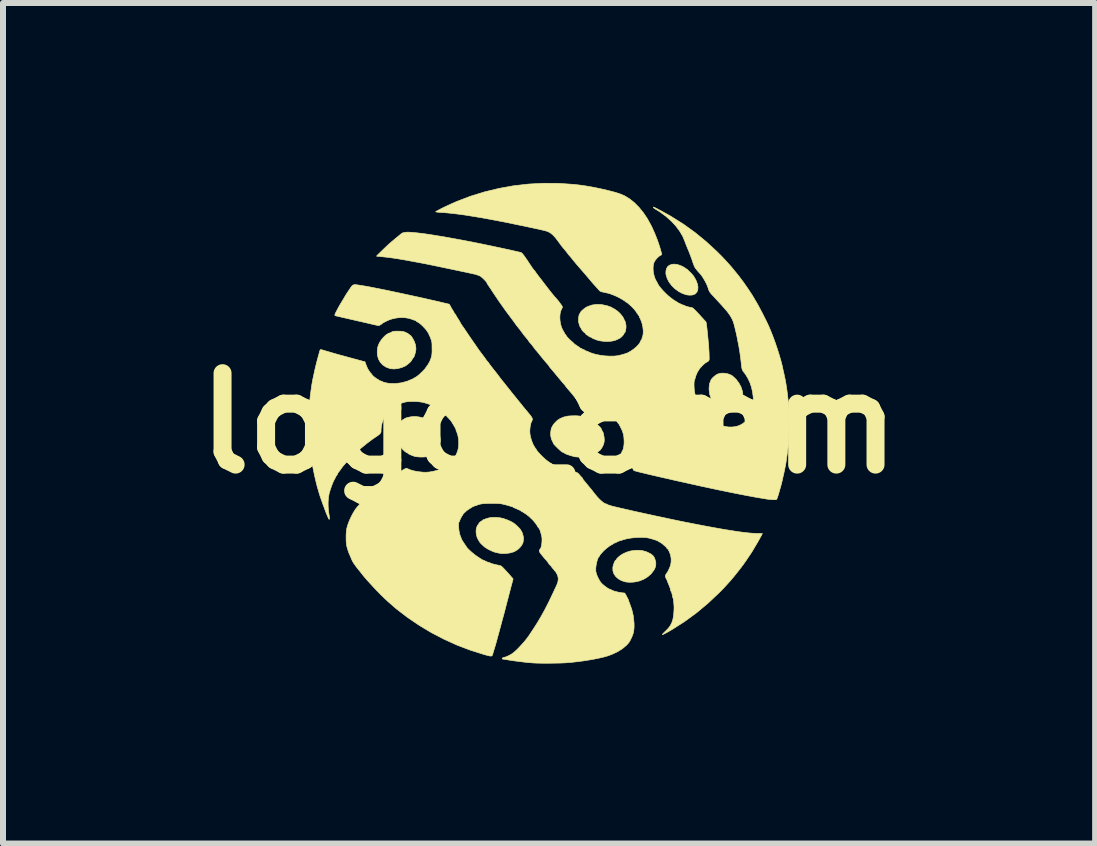
<source format=kicad_pcb>
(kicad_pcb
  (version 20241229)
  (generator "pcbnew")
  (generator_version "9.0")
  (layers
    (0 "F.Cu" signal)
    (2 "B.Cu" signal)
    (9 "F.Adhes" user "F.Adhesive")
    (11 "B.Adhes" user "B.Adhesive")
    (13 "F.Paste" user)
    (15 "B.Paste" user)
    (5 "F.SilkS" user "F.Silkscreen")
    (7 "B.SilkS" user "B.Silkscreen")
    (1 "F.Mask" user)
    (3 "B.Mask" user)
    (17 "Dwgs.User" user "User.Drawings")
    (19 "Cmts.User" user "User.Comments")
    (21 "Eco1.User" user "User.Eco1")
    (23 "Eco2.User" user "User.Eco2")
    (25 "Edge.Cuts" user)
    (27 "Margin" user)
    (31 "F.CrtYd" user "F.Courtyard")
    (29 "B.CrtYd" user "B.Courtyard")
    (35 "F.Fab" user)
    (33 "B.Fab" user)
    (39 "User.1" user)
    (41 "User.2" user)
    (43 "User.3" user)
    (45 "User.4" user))
  (footprint "logo_8mm"
    (layer "F.Cu")
    (at 6.103 4.006)
    (property "Reference" "logo_8mm" (at 0 0 0) (layer "F.SilkS") (effects (font (size 1.524 1.524) (thickness 0.3))))
    (attr through_hole)
    (fp_poly (pts (xy 2.143 -2.645) (xy 2.175 -2.635) (xy 2.207 -2.622) (xy 2.236 -2.608) (xy 2.257 -2.596) (xy 2.259 -2.594) (xy 2.275 -2.582) (xy 2.287 -2.575) (xy 2.288 -2.575) (xy 2.296 -2.57) (xy 2.313 -2.556) (xy 2.334 -2.535) (xy 2.358 -2.512) (xy 2.381 -2.488) (xy 2.4 -2.466) (xy 2.402 -2.463) (xy 2.417 -2.442) (xy 2.434 -2.413) (xy 2.451 -2.381) (xy 2.453 -2.376) (xy 2.474 -2.322) (xy 2.483 -2.271) (xy 2.48 -2.226) (xy 2.466 -2.188) (xy 2.441 -2.16) (xy 2.425 -2.15) (xy 2.389 -2.138) (xy 2.344 -2.135) (xy 2.297 -2.14) (xy 2.288 -2.142) (xy 2.22 -2.165) (xy 2.156 -2.2) (xy 2.096 -2.244) (xy 2.044 -2.296) (xy 2.001 -2.353) (xy 1.97 -2.413) (xy 1.951 -2.474) (xy 1.948 -2.493) (xy 1.949 -2.54) (xy 1.96 -2.581) (xy 1.98 -2.614) (xy 2.007 -2.634) (xy 2.05 -2.65) (xy 2.095 -2.653) (xy 2.143 -2.645)) (stroke (width 0.01) (type solid)) (fill yes) (layer "F.SilkS"))
    (fp_poly (pts (xy 2.927 -0.834) (xy 2.982 -0.824) (xy 3.032 -0.804) (xy 3.06 -0.787) (xy 3.118 -0.733) (xy 3.165 -0.671) (xy 3.201 -0.604) (xy 3.224 -0.532) (xy 3.234 -0.459) (xy 3.23 -0.386) (xy 3.216 -0.33) (xy 3.206 -0.304) (xy 3.194 -0.281) (xy 3.188 -0.274) (xy 3.179 -0.261) (xy 3.178 -0.253) (xy 3.175 -0.248) (xy 3.166 -0.243) (xy 3.153 -0.236) (xy 3.149 -0.231) (xy 3.143 -0.224) (xy 3.126 -0.213) (xy 3.111 -0.206) (xy 3.084 -0.197) (xy 3.049 -0.19) (xy 3.012 -0.185) (xy 2.978 -0.184) (xy 2.953 -0.187) (xy 2.95 -0.188) (xy 2.899 -0.208) (xy 2.859 -0.23) (xy 2.822 -0.257) (xy 2.799 -0.279) (xy 2.743 -0.343) (xy 2.703 -0.41) (xy 2.678 -0.483) (xy 2.668 -0.559) (xy 2.668 -0.578) (xy 2.67 -0.613) (xy 2.674 -0.644) (xy 2.679 -0.669) (xy 2.685 -0.683) (xy 2.689 -0.686) (xy 2.693 -0.691) (xy 2.693 -0.696) (xy 2.695 -0.712) (xy 2.707 -0.734) (xy 2.728 -0.758) (xy 2.755 -0.783) (xy 2.784 -0.805) (xy 2.814 -0.821) (xy 2.823 -0.824) (xy 2.872 -0.835) (xy 2.927 -0.834)) (stroke (width 0.01) (type solid)) (fill yes) (layer "F.SilkS"))
    (fp_poly (pts (xy 1.55 2.122) (xy 1.621 2.141) (xy 1.687 2.173) (xy 1.692 2.176) (xy 1.715 2.192) (xy 1.731 2.206) (xy 1.738 2.214) (xy 1.742 2.224) (xy 1.744 2.224) (xy 1.751 2.231) (xy 1.759 2.25) (xy 1.768 2.274) (xy 1.775 2.301) (xy 1.78 2.325) (xy 1.78 2.328) (xy 1.78 2.355) (xy 1.776 2.38) (xy 1.771 2.399) (xy 1.767 2.412) (xy 1.762 2.423) (xy 1.752 2.442) (xy 1.746 2.452) (xy 1.702 2.509) (xy 1.646 2.559) (xy 1.581 2.599) (xy 1.508 2.629) (xy 1.43 2.646) (xy 1.384 2.65) (xy 1.346 2.651) (xy 1.308 2.649) (xy 1.278 2.645) (xy 1.272 2.644) (xy 1.207 2.623) (xy 1.153 2.592) (xy 1.111 2.554) (xy 1.081 2.51) (xy 1.065 2.46) (xy 1.063 2.409) (xy 1.067 2.385) (xy 1.074 2.357) (xy 1.084 2.33) (xy 1.094 2.306) (xy 1.103 2.29) (xy 1.109 2.284) (xy 1.11 2.285) (xy 1.116 2.282) (xy 1.12 2.273) (xy 1.13 2.258) (xy 1.15 2.237) (xy 1.178 2.213) (xy 1.192 2.202) (xy 1.238 2.174) (xy 1.294 2.149) (xy 1.353 2.131) (xy 1.385 2.125) (xy 1.472 2.117) (xy 1.55 2.122)) (stroke (width 0.01) (type solid)) (fill yes) (layer "F.SilkS"))
    (fp_poly (pts (xy -2.478 -1.534) (xy -2.448 -1.532) (xy -2.425 -1.527) (xy -2.402 -1.52) (xy -2.392 -1.515) (xy -2.365 -1.502) (xy -2.343 -1.489) (xy -2.334 -1.482) (xy -2.321 -1.47) (xy -2.313 -1.467) (xy -2.306 -1.461) (xy -2.293 -1.444) (xy -2.277 -1.421) (xy -2.274 -1.417) (xy -2.245 -1.362) (xy -2.226 -1.305) (xy -2.219 -1.249) (xy -2.22 -1.225) (xy -2.224 -1.199) (xy -2.231 -1.169) (xy -2.24 -1.139) (xy -2.248 -1.115) (xy -2.256 -1.101) (xy -2.256 -1.1) (xy -2.265 -1.09) (xy -2.276 -1.074) (xy -2.288 -1.056) (xy -2.295 -1.044) (xy -2.296 -1.041) (xy -2.302 -1.032) (xy -2.317 -1.017) (xy -2.338 -0.998) (xy -2.361 -0.98) (xy -2.383 -0.963) (xy -2.399 -0.953) (xy -2.458 -0.928) (xy -2.521 -0.912) (xy -2.582 -0.905) (xy -2.638 -0.909) (xy -2.656 -0.913) (xy -2.719 -0.937) (xy -2.773 -0.973) (xy -2.815 -1.019) (xy -2.845 -1.073) (xy -2.861 -1.135) (xy -2.864 -1.176) (xy -2.863 -1.222) (xy -2.858 -1.26) (xy -2.847 -1.296) (xy -2.83 -1.337) (xy -2.83 -1.337) (xy -2.806 -1.376) (xy -2.774 -1.418) (xy -2.736 -1.457) (xy -2.714 -1.475) (xy -2.7 -1.485) (xy -2.695 -1.487) (xy -2.352 -1.487) (xy -2.348 -1.483) (xy -2.344 -1.487) (xy -2.348 -1.491) (xy -2.352 -1.487) (xy -2.695 -1.487) (xy -2.681 -1.495) (xy -2.664 -1.503) (xy -2.652 -1.506) (xy -2.651 -1.506) (xy -2.645 -1.508) (xy -2.63 -1.516) (xy -2.627 -1.519) (xy -2.613 -1.526) (xy -2.597 -1.531) (xy -2.574 -1.534) (xy -2.541 -1.535) (xy -2.519 -1.535) (xy -2.478 -1.534)) (stroke (width 0.01) (type solid)) (fill yes) (layer "F.SilkS"))
    (fp_poly (pts (xy -0.876 1.57) (xy -0.816 1.576) (xy -0.76 1.588) (xy -0.753 1.591) (xy -0.681 1.617) (xy -0.62 1.646) (xy -0.59 1.665) (xy -0.569 1.68) (xy -0.545 1.701) (xy -0.52 1.724) (xy -0.497 1.748) (xy -0.48 1.767) (xy -0.471 1.781) (xy -0.47 1.783) (xy -0.467 1.793) (xy -0.464 1.794) (xy -0.458 1.801) (xy -0.45 1.819) (xy -0.441 1.845) (xy -0.433 1.873) (xy -0.428 1.899) (xy -0.426 1.909) (xy -0.426 1.934) (xy -0.429 1.961) (xy -0.434 1.987) (xy -0.44 2.007) (xy -0.446 2.017) (xy -0.447 2.017) (xy -0.454 2.024) (xy -0.454 2.03) (xy -0.46 2.041) (xy -0.475 2.059) (xy -0.494 2.08) (xy -0.515 2.099) (xy -0.534 2.114) (xy -0.547 2.121) (xy -0.548 2.121) (xy -0.557 2.124) (xy -0.558 2.127) (xy -0.565 2.133) (xy -0.585 2.142) (xy -0.615 2.152) (xy -0.647 2.161) (xy -0.672 2.165) (xy -0.706 2.169) (xy -0.742 2.171) (xy -0.776 2.172) (xy -0.8 2.171) (xy -0.801 2.171) (xy -0.845 2.163) (xy -0.886 2.154) (xy -0.92 2.144) (xy -0.933 2.139) (xy -0.978 2.119) (xy -1.01 2.103) (xy -1.031 2.092) (xy -1.043 2.084) (xy -1.043 2.083) (xy -1.055 2.074) (xy -1.06 2.073) (xy -1.068 2.068) (xy -1.083 2.055) (xy -1.103 2.037) (xy -1.124 2.017) (xy -1.142 1.999) (xy -1.153 1.986) (xy -1.156 1.982) (xy -1.16 1.973) (xy -1.17 1.957) (xy -1.176 1.949) (xy -1.198 1.906) (xy -1.212 1.856) (xy -1.217 1.805) (xy -1.213 1.757) (xy -1.199 1.716) (xy -1.195 1.708) (xy -1.182 1.689) (xy -1.171 1.675) (xy -1.168 1.672) (xy -1.165 1.667) (xy -1.167 1.666) (xy -1.166 1.662) (xy -1.157 1.653) (xy -1.143 1.642) (xy -1.129 1.632) (xy -1.118 1.627) (xy -1.117 1.626) (xy -1.109 1.622) (xy -1.108 1.619) (xy -1.102 1.611) (xy -1.094 1.608) (xy -1.079 1.603) (xy -1.056 1.594) (xy -1.036 1.587) (xy -0.991 1.575) (xy -0.936 1.569) (xy -0.876 1.57)) (stroke (width 0.01) (type solid)) (fill yes) (layer "F.SilkS"))
    (fp_poly (pts (xy 0.878 -1.978) (xy 0.965 -1.96) (xy 1.015 -1.943) (xy 1.039 -1.933) (xy 1.055 -1.924) (xy 1.06 -1.92) (xy 1.067 -1.914) (xy 1.071 -1.913) (xy 1.084 -1.909) (xy 1.1 -1.898) (xy 1.115 -1.886) (xy 1.124 -1.882) (xy 1.132 -1.877) (xy 1.148 -1.863) (xy 1.167 -1.846) (xy 1.192 -1.82) (xy 1.216 -1.791) (xy 1.235 -1.763) (xy 1.248 -1.739) (xy 1.252 -1.726) (xy 1.255 -1.715) (xy 1.258 -1.714) (xy 1.264 -1.707) (xy 1.271 -1.689) (xy 1.277 -1.663) (xy 1.282 -1.636) (xy 1.284 -1.61) (xy 1.284 -1.61) (xy 1.282 -1.584) (xy 1.278 -1.556) (xy 1.272 -1.531) (xy 1.265 -1.513) (xy 1.259 -1.507) (xy 1.252 -1.5) (xy 1.248 -1.491) (xy 1.238 -1.473) (xy 1.219 -1.451) (xy 1.199 -1.432) (xy 1.187 -1.423) (xy 1.137 -1.396) (xy 1.089 -1.378) (xy 1.039 -1.368) (xy 0.98 -1.364) (xy 0.957 -1.364) (xy 0.918 -1.366) (xy 0.878 -1.37) (xy 0.846 -1.375) (xy 0.837 -1.377) (xy 0.81 -1.384) (xy 0.787 -1.391) (xy 0.777 -1.395) (xy 0.759 -1.403) (xy 0.736 -1.412) (xy 0.735 -1.412) (xy 0.718 -1.421) (xy 0.71 -1.428) (xy 0.71 -1.429) (xy 0.703 -1.434) (xy 0.695 -1.435) (xy 0.679 -1.44) (xy 0.66 -1.452) (xy 0.657 -1.455) (xy 0.64 -1.468) (xy 0.626 -1.475) (xy 0.624 -1.475) (xy 0.615 -1.482) (xy 0.61 -1.491) (xy 0.603 -1.504) (xy 0.597 -1.507) (xy 0.589 -1.512) (xy 0.575 -1.524) (xy 0.56 -1.54) (xy 0.548 -1.555) (xy 0.542 -1.565) (xy 0.542 -1.567) (xy 0.541 -1.574) (xy 0.533 -1.584) (xy 0.518 -1.607) (xy 0.505 -1.641) (xy 0.495 -1.678) (xy 0.491 -1.706) (xy 0.491 -1.732) (xy 0.493 -1.762) (xy 0.498 -1.79) (xy 0.503 -1.812) (xy 0.509 -1.824) (xy 0.511 -1.826) (xy 0.518 -1.832) (xy 0.518 -1.836) (xy 0.525 -1.851) (xy 0.541 -1.871) (xy 0.565 -1.893) (xy 0.593 -1.915) (xy 0.622 -1.935) (xy 0.642 -1.945) (xy 0.716 -1.971) (xy 0.795 -1.982) (xy 0.878 -1.978)) (stroke (width 0.01) (type solid)) (fill yes) (layer "F.SilkS"))
    (fp_poly (pts (xy -2.213 -0.111) (xy -2.175 -0.106) (xy -2.136 -0.099) (xy -2.101 -0.089) (xy -2.073 -0.08) (xy -2.055 -0.07) (xy -2.049 -0.062) (xy -2.043 -0.056) (xy -2.039 -0.056) (xy -2.028 -0.051) (xy -2.009 -0.041) (xy -1.985 -0.026) (xy -1.963 -0.01) (xy -1.946 0.003) (xy -1.939 0.01) (xy -1.931 0.02) (xy -1.919 0.034) (xy -1.901 0.054) (xy -1.882 0.079) (xy -1.864 0.106) (xy -1.849 0.129) (xy -1.84 0.146) (xy -1.839 0.151) (xy -1.835 0.168) (xy -1.832 0.173) (xy -1.825 0.191) (xy -1.819 0.223) (xy -1.814 0.263) (xy -1.815 0.304) (xy -1.823 0.349) (xy -1.837 0.392) (xy -1.854 0.427) (xy -1.861 0.436) (xy -1.895 0.475) (xy -1.928 0.503) (xy -1.963 0.526) (xy -1.986 0.538) (xy -2.003 0.545) (xy -2.009 0.546) (xy -2.009 0.546) (xy -2.014 0.546) (xy -2.022 0.551) (xy -2.038 0.557) (xy -2.066 0.561) (xy -2.101 0.563) (xy -2.141 0.563) (xy -2.18 0.561) (xy -2.215 0.557) (xy -2.243 0.551) (xy -2.244 0.551) (xy -2.288 0.535) (xy -2.321 0.521) (xy -2.343 0.51) (xy -2.352 0.502) (xy -2.352 0.501) (xy -2.358 0.495) (xy -2.363 0.494) (xy -2.379 0.488) (xy -2.404 0.469) (xy -2.434 0.441) (xy -2.45 0.424) (xy -2.468 0.4) (xy -2.487 0.375) (xy -2.504 0.35) (xy -2.516 0.33) (xy -2.521 0.318) (xy -2.521 0.317) (xy -2.525 0.311) (xy -2.526 0.311) (xy -2.533 0.305) (xy -2.533 0.301) (xy -2.536 0.286) (xy -2.539 0.271) (xy -2.546 0.241) (xy -2.551 0.21) (xy -2.554 0.182) (xy -2.555 0.163) (xy -2.555 0.16) (xy -2.546 0.114) (xy -2.539 0.081) (xy -2.534 0.06) (xy -2.529 0.05) (xy -2.527 0.048) (xy -2.52 0.041) (xy -2.515 0.03) (xy -2.505 0.012) (xy -2.489 -0.01) (xy -2.468 -0.033) (xy -2.448 -0.051) (xy -2.432 -0.062) (xy -2.426 -0.064) (xy -2.416 -0.068) (xy -2.416 -0.07) (xy -2.408 -0.078) (xy -2.389 -0.086) (xy -2.361 -0.095) (xy -2.327 -0.103) (xy -2.293 -0.109) (xy -2.26 -0.112) (xy -2.248 -0.113) (xy -2.213 -0.111)) (stroke (width 0.01) (type solid)) (fill yes) (layer "F.SilkS"))
    (fp_poly (pts (xy 0.483 -0.123) (xy 0.517 -0.119) (xy 0.55 -0.112) (xy 0.551 -0.112) (xy 0.602 -0.098) (xy 0.639 -0.086) (xy 0.662 -0.077) (xy 0.67 -0.07) (xy 0.67 -0.07) (xy 0.676 -0.064) (xy 0.677 -0.064) (xy 0.693 -0.059) (xy 0.717 -0.045) (xy 0.747 -0.025) (xy 0.778 -0.000135) (xy 0.809 0.026) (xy 0.837 0.052) (xy 0.858 0.074) (xy 0.871 0.092) (xy 0.873 0.099) (xy 0.877 0.111) (xy 0.887 0.129) (xy 0.887 0.129) (xy 0.899 0.15) (xy 0.906 0.168) (xy 0.917 0.227) (xy 0.921 0.275) (xy 0.918 0.316) (xy 0.907 0.355) (xy 0.895 0.382) (xy 0.883 0.404) (xy 0.868 0.427) (xy 0.854 0.445) (xy 0.843 0.458) (xy 0.838 0.46) (xy 0.837 0.458) (xy 0.833 0.46) (xy 0.821 0.471) (xy 0.818 0.474) (xy 0.803 0.488) (xy 0.792 0.494) (xy 0.791 0.494) (xy 0.779 0.5) (xy 0.776 0.504) (xy 0.764 0.514) (xy 0.741 0.525) (xy 0.71 0.537) (xy 0.677 0.548) (xy 0.644 0.556) (xy 0.642 0.557) (xy 0.612 0.561) (xy 0.572 0.563) (xy 0.529 0.564) (xy 0.486 0.563) (xy 0.448 0.561) (xy 0.423 0.557) (xy 0.395 0.549) (xy 0.363 0.54) (xy 0.332 0.53) (xy 0.304 0.521) (xy 0.286 0.514) (xy 0.279 0.511) (xy 0.27 0.505) (xy 0.252 0.495) (xy 0.243 0.491) (xy 0.225 0.482) (xy 0.211 0.473) (xy 0.197 0.463) (xy 0.18 0.448) (xy 0.157 0.427) (xy 0.13 0.401) (xy 0.105 0.376) (xy 0.086 0.355) (xy 0.074 0.34) (xy 0.072 0.336) (xy 0.068 0.322) (xy 0.06 0.308) (xy 0.041 0.267) (xy 0.029 0.217) (xy 0.026 0.164) (xy 0.033 0.112) (xy 0.033 0.111) (xy 0.039 0.086) (xy 0.045 0.069) (xy 0.049 0.064) (xy 0.054 0.057) (xy 0.059 0.045) (xy 0.067 0.031) (xy 0.082 0.01) (xy 0.103 -0.013) (xy 0.125 -0.035) (xy 0.145 -0.053) (xy 0.16 -0.063) (xy 0.164 -0.064) (xy 0.174 -0.068) (xy 0.175 -0.072) (xy 0.182 -0.079) (xy 0.184 -0.08) (xy 0.196 -0.083) (xy 0.216 -0.091) (xy 0.228 -0.096) (xy 0.25 -0.105) (xy 0.265 -0.109) (xy 0.269 -0.108) (xy 0.278 -0.109) (xy 0.284 -0.113) (xy 0.297 -0.117) (xy 0.323 -0.12) (xy 0.358 -0.123) (xy 0.393 -0.124) (xy 0.444 -0.125) (xy 0.483 -0.123)) (stroke (width 0.01) (type solid)) (fill yes) (layer "F.SilkS"))
    (fp_poly (pts (xy 0.163 -3.999) (xy 0.414 -3.982) (xy 0.518 -3.97) (xy 0.627 -3.954) (xy 0.741 -3.934) (xy 0.857 -3.91) (xy 0.97 -3.884) (xy 1.076 -3.857) (xy 1.17 -3.829) (xy 1.178 -3.826) (xy 1.261 -3.791) (xy 1.344 -3.74) (xy 1.424 -3.676) (xy 1.5 -3.599) (xy 1.572 -3.511) (xy 1.639 -3.411) (xy 1.699 -3.302) (xy 1.714 -3.273) (xy 1.764 -3.161) (xy 1.806 -3.055) (xy 1.843 -2.947) (xy 1.876 -2.831) (xy 1.878 -2.825) (xy 1.877 -2.812) (xy 1.866 -2.802) (xy 1.858 -2.799) (xy 1.84 -2.788) (xy 1.817 -2.769) (xy 1.798 -2.75) (xy 1.77 -2.716) (xy 1.751 -2.683) (xy 1.74 -2.647) (xy 1.735 -2.602) (xy 1.735 -2.563) (xy 1.739 -2.521) (xy 1.748 -2.474) (xy 1.761 -2.428) (xy 1.777 -2.39) (xy 1.785 -2.376) (xy 1.799 -2.353) (xy 1.808 -2.334) (xy 1.827 -2.299) (xy 1.858 -2.259) (xy 1.896 -2.215) (xy 1.94 -2.17) (xy 1.986 -2.126) (xy 2.034 -2.087) (xy 2.079 -2.054) (xy 2.113 -2.033) (xy 2.129 -2.024) (xy 2.137 -2.018) (xy 2.146 -2.012) (xy 2.164 -2.002) (xy 2.173 -1.998) (xy 2.196 -1.987) (xy 2.215 -1.978) (xy 2.218 -1.976) (xy 2.236 -1.97) (xy 2.244 -1.969) (xy 2.255 -1.966) (xy 2.256 -1.963) (xy 2.263 -1.958) (xy 2.282 -1.952) (xy 2.307 -1.944) (xy 2.334 -1.937) (xy 2.359 -1.932) (xy 2.377 -1.929) (xy 2.379 -1.929) (xy 2.389 -1.925) (xy 2.406 -1.913) (xy 2.43 -1.89) (xy 2.462 -1.858) (xy 2.503 -1.814) (xy 2.539 -1.774) (xy 2.564 -1.747) (xy 2.585 -1.723) (xy 2.601 -1.706) (xy 2.607 -1.7) (xy 2.618 -1.684) (xy 2.621 -1.675) (xy 2.624 -1.651) (xy 2.629 -1.614) (xy 2.634 -1.57) (xy 2.639 -1.522) (xy 2.644 -1.475) (xy 2.647 -1.439) (xy 2.651 -1.4) (xy 2.654 -1.364) (xy 2.657 -1.336) (xy 2.659 -1.323) (xy 2.66 -1.306) (xy 2.662 -1.276) (xy 2.664 -1.237) (xy 2.667 -1.193) (xy 2.668 -1.173) (xy 2.669 -1.127) (xy 2.67 -1.093) (xy 2.67 -1.07) (xy 2.668 -1.055) (xy 2.665 -1.046) (xy 2.659 -1.039) (xy 2.657 -1.037) (xy 2.639 -1.024) (xy 2.626 -1.017) (xy 2.613 -1.01) (xy 2.592 -0.994) (xy 2.568 -0.972) (xy 2.562 -0.967) (xy 2.51 -0.91) (xy 2.473 -0.851) (xy 2.446 -0.788) (xy 2.439 -0.761) (xy 2.432 -0.737) (xy 2.426 -0.719) (xy 2.423 -0.714) (xy 2.42 -0.701) (xy 2.418 -0.676) (xy 2.417 -0.643) (xy 2.418 -0.606) (xy 2.42 -0.568) (xy 2.424 -0.534) (xy 2.425 -0.526) (xy 2.432 -0.491) (xy 2.443 -0.449) (xy 2.456 -0.406) (xy 2.471 -0.366) (xy 2.484 -0.333) (xy 2.496 -0.311) (xy 2.496 -0.31) (xy 2.507 -0.294) (xy 2.511 -0.284) (xy 2.511 -0.284) (xy 2.516 -0.275) (xy 2.527 -0.257) (xy 2.542 -0.235) (xy 2.558 -0.212) (xy 2.573 -0.192) (xy 2.579 -0.185) (xy 2.595 -0.167) (xy 2.614 -0.145) (xy 2.621 -0.138) (xy 2.636 -0.12) (xy 2.646 -0.107) (xy 2.647 -0.104) (xy 2.654 -0.097) (xy 2.67 -0.088) (xy 2.671 -0.088) (xy 2.687 -0.079) (xy 2.695 -0.072) (xy 2.695 -0.071) (xy 2.701 -0.064) (xy 2.716 -0.051) (xy 2.736 -0.037) (xy 2.755 -0.025) (xy 2.77 -0.017) (xy 2.774 -0.016) (xy 2.784 -0.01) (xy 2.784 -0.01) (xy 2.793 -0.002) (xy 2.814 0.009) (xy 2.842 0.022) (xy 2.874 0.035) (xy 2.905 0.046) (xy 2.925 0.051) (xy 2.988 0.062) (xy 3.054 0.063) (xy 3.117 0.054) (xy 3.142 0.047) (xy 3.17 0.037) (xy 3.193 0.027) (xy 3.206 0.019) (xy 3.22 0.01) (xy 3.228 0.008) (xy 3.236 0.003) (xy 3.237 0) (xy 3.243 -0.007) (xy 3.247 -0.008) (xy 3.26 -0.014) (xy 3.279 -0.032) (xy 3.301 -0.058) (xy 3.317 -0.08) (xy 3.331 -0.099) (xy 3.342 -0.112) (xy 3.344 -0.113) (xy 3.348 -0.119) (xy 3.346 -0.119) (xy 3.344 -0.125) (xy 3.351 -0.138) (xy 3.359 -0.154) (xy 3.37 -0.18) (xy 3.381 -0.211) (xy 3.383 -0.217) (xy 3.399 -0.282) (xy 3.406 -0.356) (xy 3.404 -0.436) (xy 3.393 -0.519) (xy 3.375 -0.6) (xy 3.349 -0.677) (xy 3.318 -0.743) (xy 3.302 -0.771) (xy 3.285 -0.799) (xy 3.269 -0.823) (xy 3.258 -0.84) (xy 3.253 -0.845) (xy 3.231 -0.872) (xy 3.216 -0.91) (xy 3.209 -0.951) (xy 3.202 -1.02) (xy 3.193 -1.094) (xy 3.183 -1.168) (xy 3.172 -1.237) (xy 3.162 -1.296) (xy 3.161 -1.3) (xy 3.154 -1.336) (xy 3.146 -1.374) (xy 3.141 -1.403) (xy 3.136 -1.427) (xy 3.132 -1.45) (xy 3.126 -1.476) (xy 3.119 -1.508) (xy 3.109 -1.549) (xy 3.101 -1.583) (xy 3.087 -1.639) (xy 3.074 -1.684) (xy 3.059 -1.722) (xy 3.042 -1.756) (xy 3.021 -1.792) (xy 3.011 -1.806) (xy 2.992 -1.833) (xy 2.974 -1.858) (xy 2.961 -1.874) (xy 2.942 -1.895) (xy 2.926 -1.913) (xy 2.907 -1.935) (xy 2.88 -1.966) (xy 2.847 -2.002) (xy 2.811 -2.041) (xy 2.774 -2.081) (xy 2.743 -2.115) (xy 2.712 -2.147) (xy 2.691 -2.172) (xy 2.677 -2.192) (xy 2.667 -2.211) (xy 2.659 -2.233) (xy 2.654 -2.248) (xy 2.641 -2.287) (xy 2.62 -2.333) (xy 2.594 -2.382) (xy 2.566 -2.428) (xy 2.54 -2.467) (xy 2.529 -2.48) (xy 2.517 -2.494) (xy 2.499 -2.514) (xy 2.491 -2.523) (xy 2.475 -2.54) (xy 2.465 -2.553) (xy 2.464 -2.556) (xy 2.458 -2.564) (xy 2.446 -2.577) (xy 2.445 -2.578) (xy 2.433 -2.595) (xy 2.418 -2.627) (xy 2.401 -2.673) (xy 2.393 -2.695) (xy 2.377 -2.745) (xy 2.356 -2.8) (xy 2.336 -2.853) (xy 2.322 -2.887) (xy 2.305 -2.927) (xy 2.289 -2.966) (xy 2.276 -3) (xy 2.268 -3.022) (xy 2.231 -3.112) (xy 2.179 -3.201) (xy 2.114 -3.288) (xy 2.036 -3.372) (xy 1.947 -3.451) (xy 1.848 -3.524) (xy 1.764 -3.576) (xy 1.746 -3.589) (xy 1.738 -3.599) (xy 1.741 -3.604) (xy 1.743 -3.604) (xy 1.753 -3.6) (xy 1.774 -3.59) (xy 1.804 -3.575) (xy 1.841 -3.555) (xy 1.882 -3.534) (xy 1.924 -3.51) (xy 1.966 -3.487) (xy 2.004 -3.466) (xy 2.037 -3.447) (xy 2.043 -3.443) (xy 2.245 -3.316) (xy 2.436 -3.178) (xy 2.619 -3.028) (xy 2.796 -2.865) (xy 2.831 -2.83) (xy 2.869 -2.792) (xy 2.901 -2.759) (xy 2.93 -2.728) (xy 2.96 -2.696) (xy 2.994 -2.658) (xy 3.026 -2.622) (xy 3.045 -2.6) (xy 3.07 -2.57) (xy 3.098 -2.535) (xy 3.128 -2.499) (xy 3.156 -2.464) (xy 3.18 -2.433) (xy 3.198 -2.409) (xy 3.205 -2.4) (xy 3.218 -2.382) (xy 3.227 -2.37) (xy 3.229 -2.368) (xy 3.235 -2.36) (xy 3.249 -2.341) (xy 3.267 -2.314) (xy 3.289 -2.283) (xy 3.313 -2.248) (xy 3.336 -2.214) (xy 3.357 -2.182) (xy 3.374 -2.156) (xy 3.386 -2.138) (xy 3.388 -2.135) (xy 3.398 -2.118) (xy 3.414 -2.091) (xy 3.433 -2.058) (xy 3.455 -2.022) (xy 3.455 -2.021) (xy 3.476 -1.986) (xy 3.501 -1.939) (xy 3.53 -1.885) (xy 3.561 -1.826) (xy 3.591 -1.766) (xy 3.62 -1.708) (xy 3.645 -1.657) (xy 3.665 -1.614) (xy 3.666 -1.611) (xy 3.7 -1.53) (xy 3.736 -1.438) (xy 3.771 -1.342) (xy 3.804 -1.245) (xy 3.833 -1.154) (xy 3.842 -1.124) (xy 3.851 -1.092) (xy 3.86 -1.062) (xy 3.866 -1.042) (xy 3.866 -1.04) (xy 3.874 -1.01) (xy 3.885 -0.967) (xy 3.896 -0.917) (xy 3.898 -0.907) (xy 3.905 -0.876) (xy 3.912 -0.843) (xy 3.914 -0.837) (xy 3.927 -0.775) (xy 3.939 -0.72) (xy 3.948 -0.668) (xy 3.957 -0.612) (xy 3.966 -0.549) (xy 3.97 -0.518) (xy 3.977 -0.46) (xy 3.983 -0.41) (xy 3.988 -0.363) (xy 3.992 -0.319) (xy 3.994 -0.274) (xy 3.996 -0.224) (xy 3.997 -0.168) (xy 3.998 -0.102) (xy 3.998 -0.024) (xy 3.998 0) (xy 3.998 0.082) (xy 3.997 0.151) (xy 3.996 0.209) (xy 3.995 0.26) (xy 3.992 0.307) (xy 3.989 0.351) (xy 3.985 0.397) (xy 3.979 0.446) (xy 3.972 0.501) (xy 3.97 0.518) (xy 3.96 0.587) (xy 3.952 0.645) (xy 3.943 0.698) (xy 3.932 0.751) (xy 3.92 0.81) (xy 3.914 0.837) (xy 3.907 0.869) (xy 3.899 0.901) (xy 3.898 0.907) (xy 3.887 0.958) (xy 3.876 1.002) (xy 3.867 1.036) (xy 3.866 1.04) (xy 3.861 1.06) (xy 3.852 1.089) (xy 3.843 1.121) (xy 3.842 1.124) (xy 3.83 1.167) (xy 3.82 1.2) (xy 3.811 1.227) (xy 3.802 1.252) (xy 3.796 1.265) (xy 3.788 1.272) (xy 3.772 1.275) (xy 3.748 1.274) (xy 3.717 1.273) (xy 3.688 1.271) (xy 3.675 1.27) (xy 3.635 1.265) (xy 3.582 1.256) (xy 3.516 1.245) (xy 3.439 1.232) (xy 3.354 1.216) (xy 3.262 1.199) (xy 3.165 1.18) (xy 3.064 1.16) (xy 2.961 1.139) (xy 2.859 1.118) (xy 2.758 1.097) (xy 2.751 1.095) (xy 2.647 1.073) (xy 2.54 1.05) (xy 2.432 1.026) (xy 2.324 1.002) (xy 2.216 0.978) (xy 2.111 0.955) (xy 2.009 0.931) (xy 1.911 0.909) (xy 1.819 0.888) (xy 1.733 0.868) (xy 1.655 0.85) (xy 1.586 0.833) (xy 1.526 0.819) (xy 1.479 0.807) (xy 1.443 0.797) (xy 1.421 0.791) (xy 1.414 0.788) (xy 1.404 0.775) (xy 1.403 0.769) (xy 1.398 0.757) (xy 1.39 0.748) (xy 1.378 0.736) (xy 1.361 0.716) (xy 1.347 0.698) (xy 1.329 0.674) (xy 1.306 0.643) (xy 1.279 0.609) (xy 1.26 0.584) (xy 1.235 0.55) (xy 1.219 0.526) (xy 1.21 0.509) (xy 1.208 0.497) (xy 1.209 0.49) (xy 1.215 0.474) (xy 1.22 0.466) (xy 1.226 0.457) (xy 1.234 0.437) (xy 1.239 0.42) (xy 1.248 0.374) (xy 1.252 0.32) (xy 1.25 0.261) (xy 1.244 0.203) (xy 1.242 0.191) (xy 1.236 0.172) (xy 1.228 0.146) (xy 1.218 0.119) (xy 1.207 0.095) (xy 1.199 0.078) (xy 1.194 0.072) (xy 1.19 0.067) (xy 1.191 0.065) (xy 1.19 0.055) (xy 1.184 0.048) (xy 1.174 0.035) (xy 1.172 0.028) (xy 1.167 0.016) (xy 1.156 0.004) (xy 1.145 -0.008) (xy 1.143 -0.014) (xy 1.142 -0.021) (xy 1.132 -0.035) (xy 1.112 -0.058) (xy 1.08 -0.091) (xy 1.063 -0.107) (xy 1.033 -0.137) (xy 1.01 -0.159) (xy 0.992 -0.175) (xy 0.974 -0.189) (xy 0.953 -0.203) (xy 0.941 -0.211) (xy 0.92 -0.226) (xy 0.906 -0.237) (xy 0.902 -0.241) (xy 0.893 -0.246) (xy 0.884 -0.247) (xy 0.872 -0.25) (xy 0.869 -0.254) (xy 0.862 -0.26) (xy 0.846 -0.27) (xy 0.835 -0.275) (xy 0.814 -0.285) (xy 0.8 -0.292) (xy 0.797 -0.295) (xy 0.788 -0.3) (xy 0.768 -0.307) (xy 0.745 -0.315) (xy 0.72 -0.324) (xy 0.701 -0.332) (xy 0.694 -0.336) (xy 0.684 -0.34) (xy 0.663 -0.346) (xy 0.633 -0.353) (xy 0.599 -0.361) (xy 0.565 -0.369) (xy 0.533 -0.375) (xy 0.509 -0.379) (xy 0.49 -0.382) (xy 0.474 -0.388) (xy 0.459 -0.4) (xy 0.441 -0.418) (xy 0.418 -0.447) (xy 0.403 -0.466) (xy 0.387 -0.486) (xy 0.364 -0.513) (xy 0.338 -0.543) (xy 0.325 -0.559) (xy 0.302 -0.585) (xy 0.285 -0.606) (xy 0.274 -0.621) (xy 0.271 -0.625) (xy 0.266 -0.633) (xy 0.254 -0.648) (xy 0.247 -0.656) (xy 0.23 -0.674) (xy 0.205 -0.704) (xy 0.172 -0.743) (xy 0.134 -0.789) (xy 0.091 -0.841) (xy 0.082 -0.852) (xy 0.063 -0.875) (xy 0.041 -0.901) (xy 0.03 -0.913) (xy 0.014 -0.932) (xy 0.003 -0.947) (xy 0 -0.953) (xy -0.005 -0.962) (xy -0.018 -0.978) (xy -0.034 -0.996) (xy -0.058 -1.023) (xy -0.083 -1.053) (xy -0.096 -1.068) (xy -0.116 -1.093) (xy -0.136 -1.117) (xy -0.144 -1.127) (xy -0.16 -1.148) (xy -0.174 -1.165) (xy -0.175 -1.167) (xy -0.188 -1.182) (xy -0.205 -1.203) (xy -0.216 -1.215) (xy -0.237 -1.24) (xy -0.256 -1.266) (xy -0.263 -1.276) (xy -0.281 -1.299) (xy -0.302 -1.325) (xy -0.311 -1.334) (xy -0.327 -1.353) (xy -0.337 -1.366) (xy -0.339 -1.371) (xy -0.344 -1.379) (xy -0.357 -1.396) (xy -0.375 -1.418) (xy -0.38 -1.424) (xy -0.404 -1.452) (xy -0.428 -1.482) (xy -0.445 -1.507) (xy -0.446 -1.507) (xy -0.464 -1.532) (xy -0.487 -1.563) (xy -0.506 -1.586) (xy -0.53 -1.616) (xy -0.555 -1.648) (xy -0.57 -1.67) (xy -0.586 -1.692) (xy -0.608 -1.723) (xy -0.635 -1.758) (xy -0.659 -1.791) (xy -0.712 -1.861) (xy -0.771 -1.944) (xy -0.836 -2.036) (xy -0.904 -2.137) (xy -0.927 -2.171) (xy -0.952 -2.21) (xy -0.976 -2.246) (xy -0.997 -2.277) (xy -1.012 -2.299) (xy -1.016 -2.305) (xy -1.029 -2.325) (xy -1.036 -2.34) (xy -1.036 -2.343) (xy -1.042 -2.353) (xy -1.057 -2.37) (xy -1.077 -2.392) (xy -1.1 -2.414) (xy -1.122 -2.434) (xy -1.141 -2.449) (xy -1.152 -2.456) (xy -1.153 -2.456) (xy -1.163 -2.459) (xy -1.18 -2.466) (xy -1.183 -2.467) (xy -1.191 -2.47) (xy -1.199 -2.474) (xy -1.21 -2.477) (xy -1.223 -2.481) (xy -1.242 -2.486) (xy -1.267 -2.491) (xy -1.301 -2.499) (xy -1.344 -2.508) (xy -1.398 -2.52) (xy -1.466 -2.534) (xy -1.527 -2.547) (xy -1.708 -2.585) (xy -1.874 -2.62) (xy -2.025 -2.651) (xy -2.164 -2.678) (xy -2.289 -2.701) (xy -2.402 -2.722) (xy -2.504 -2.739) (xy -2.594 -2.753) (xy -2.674 -2.764) (xy -2.744 -2.772) (xy -2.775 -2.775) (xy -2.812 -2.779) (xy -2.844 -2.782) (xy -2.866 -2.784) (xy -2.876 -2.786) (xy -2.876 -2.786) (xy -2.871 -2.792) (xy -2.857 -2.807) (xy -2.835 -2.828) (xy -2.808 -2.855) (xy -2.777 -2.885) (xy -2.745 -2.916) (xy -2.713 -2.946) (xy -2.685 -2.973) (xy -2.679 -2.978) (xy -2.654 -3) (xy -2.622 -3.028) (xy -2.586 -3.058) (xy -2.559 -3.081) (xy -2.528 -3.106) (xy -2.499 -3.13) (xy -2.477 -3.148) (xy -2.464 -3.159) (xy -2.443 -3.172) (xy -2.416 -3.18) (xy -2.379 -3.185) (xy -2.331 -3.185) (xy -2.27 -3.181) (xy -2.269 -3.181) (xy -2.19 -3.173) (xy -2.097 -3.162) (xy -1.992 -3.147) (xy -1.874 -3.128) (xy -1.746 -3.107) (xy -1.608 -3.082) (xy -1.461 -3.055) (xy -1.308 -3.026) (xy -1.148 -2.994) (xy -0.984 -2.96) (xy -0.815 -2.924) (xy -0.645 -2.887) (xy -0.473 -2.848) (xy -0.465 -2.845) (xy -0.456 -2.839) (xy -0.445 -2.829) (xy -0.432 -2.813) (xy -0.415 -2.791) (xy -0.393 -2.76) (xy -0.365 -2.72) (xy -0.331 -2.668) (xy -0.293 -2.611) (xy -0.276 -2.586) (xy -0.261 -2.566) (xy -0.252 -2.556) (xy -0.252 -2.555) (xy -0.241 -2.543) (xy -0.228 -2.526) (xy -0.227 -2.524) (xy -0.207 -2.495) (xy -0.185 -2.466) (xy -0.158 -2.43) (xy -0.144 -2.412) (xy -0.119 -2.381) (xy -0.094 -2.347) (xy -0.076 -2.324) (xy -0.049 -2.289) (xy -0.02 -2.251) (xy 0.01 -2.213) (xy 0.039 -2.176) (xy 0.065 -2.144) (xy 0.087 -2.118) (xy 0.101 -2.1) (xy 0.108 -2.093) (xy 0.123 -2.078) (xy 0.142 -2.055) (xy 0.164 -2.028) (xy 0.185 -1.999) (xy 0.204 -1.973) (xy 0.217 -1.953) (xy 0.223 -1.941) (xy 0.223 -1.94) (xy 0.219 -1.922) (xy 0.212 -1.909) (xy 0.195 -1.872) (xy 0.184 -1.824) (xy 0.18 -1.77) (xy 0.183 -1.712) (xy 0.192 -1.654) (xy 0.207 -1.601) (xy 0.228 -1.555) (xy 0.235 -1.544) (xy 0.248 -1.522) (xy 0.258 -1.503) (xy 0.259 -1.5) (xy 0.266 -1.486) (xy 0.271 -1.483) (xy 0.278 -1.476) (xy 0.286 -1.461) (xy 0.287 -1.46) (xy 0.297 -1.445) (xy 0.316 -1.423) (xy 0.341 -1.398) (xy 0.357 -1.383) (xy 0.384 -1.359) (xy 0.406 -1.339) (xy 0.421 -1.324) (xy 0.425 -1.318) (xy 0.437 -1.309) (xy 0.442 -1.308) (xy 0.456 -1.302) (xy 0.46 -1.297) (xy 0.472 -1.287) (xy 0.488 -1.278) (xy 0.504 -1.268) (xy 0.51 -1.26) (xy 0.517 -1.253) (xy 0.525 -1.252) (xy 0.543 -1.246) (xy 0.55 -1.24) (xy 0.566 -1.23) (xy 0.575 -1.228) (xy 0.587 -1.225) (xy 0.59 -1.221) (xy 0.597 -1.215) (xy 0.614 -1.207) (xy 0.624 -1.204) (xy 0.645 -1.196) (xy 0.659 -1.19) (xy 0.662 -1.188) (xy 0.672 -1.183) (xy 0.695 -1.174) (xy 0.724 -1.164) (xy 0.758 -1.154) (xy 0.792 -1.145) (xy 0.793 -1.145) (xy 0.861 -1.132) (xy 0.934 -1.123) (xy 1.008 -1.119) (xy 1.077 -1.119) (xy 1.138 -1.125) (xy 1.154 -1.128) (xy 1.184 -1.135) (xy 1.22 -1.144) (xy 1.257 -1.155) (xy 1.29 -1.166) (xy 1.314 -1.175) (xy 1.318 -1.177) (xy 1.366 -1.205) (xy 1.412 -1.237) (xy 1.454 -1.272) (xy 1.488 -1.307) (xy 1.513 -1.34) (xy 1.523 -1.361) (xy 1.531 -1.379) (xy 1.539 -1.387) (xy 1.539 -1.387) (xy 1.546 -1.392) (xy 1.545 -1.393) (xy 1.547 -1.405) (xy 1.548 -1.411) (xy 1.561 -1.45) (xy 1.568 -1.481) (xy 1.57 -1.512) (xy 1.571 -1.527) (xy 1.568 -1.569) (xy 1.562 -1.615) (xy 1.552 -1.659) (xy 1.541 -1.695) (xy 1.536 -1.707) (xy 1.527 -1.727) (xy 1.523 -1.742) (xy 1.523 -1.743) (xy 1.518 -1.753) (xy 1.515 -1.754) (xy 1.508 -1.758) (xy 1.508 -1.76) (xy 1.507 -1.773) (xy 1.501 -1.789) (xy 1.494 -1.8) (xy 1.49 -1.802) (xy 1.484 -1.808) (xy 1.483 -1.813) (xy 1.477 -1.827) (xy 1.469 -1.833) (xy 1.461 -1.84) (xy 1.462 -1.841) (xy 1.461 -1.847) (xy 1.451 -1.861) (xy 1.435 -1.881) (xy 1.416 -1.904) (xy 1.394 -1.927) (xy 1.374 -1.948) (xy 1.364 -1.957) (xy 1.334 -1.984) (xy 1.313 -2.002) (xy 1.3 -2.012) (xy 1.293 -2.016) (xy 1.29 -2.017) (xy 1.281 -2.022) (xy 1.274 -2.028) (xy 1.258 -2.041) (xy 1.231 -2.058) (xy 1.197 -2.078) (xy 1.162 -2.097) (xy 1.127 -2.114) (xy 1.099 -2.127) (xy 1.096 -2.128) (xy 1.068 -2.139) (xy 1.045 -2.148) (xy 1.032 -2.153) (xy 1.013 -2.16) (xy 0.983 -2.168) (xy 0.948 -2.176) (xy 0.913 -2.184) (xy 0.887 -2.189) (xy 0.867 -2.194) (xy 0.85 -2.203) (xy 0.831 -2.221) (xy 0.816 -2.239) (xy 0.793 -2.264) (xy 0.772 -2.288) (xy 0.757 -2.304) (xy 0.738 -2.325) (xy 0.718 -2.348) (xy 0.717 -2.349) (xy 0.706 -2.363) (xy 0.686 -2.387) (xy 0.66 -2.417) (xy 0.629 -2.453) (xy 0.599 -2.489) (xy 0.565 -2.528) (xy 0.531 -2.567) (xy 0.501 -2.602) (xy 0.477 -2.63) (xy 0.462 -2.647) (xy 0.437 -2.677) (xy 0.408 -2.712) (xy 0.386 -2.739) (xy 0.366 -2.764) (xy 0.348 -2.785) (xy 0.336 -2.799) (xy 0.336 -2.799) (xy 0.322 -2.815) (xy 0.307 -2.835) (xy 0.29 -2.858) (xy 0.274 -2.878) (xy 0.233 -2.926) (xy 0.198 -2.97) (xy 0.163 -3.019) (xy 0.15 -3.036) (xy 0.106 -3.094) (xy 0.066 -3.137) (xy 0.028 -3.169) (xy -0.01 -3.191) (xy -0.022 -3.196) (xy -0.04 -3.202) (xy -0.064 -3.209) (xy -0.095 -3.217) (xy -0.135 -3.226) (xy -0.183 -3.237) (xy -0.243 -3.25) (xy -0.314 -3.265) (xy -0.397 -3.283) (xy -0.495 -3.303) (xy -0.558 -3.316) (xy -0.756 -3.357) (xy -0.941 -3.392) (xy -1.113 -3.424) (xy -1.271 -3.45) (xy -1.415 -3.473) (xy -1.544 -3.49) (xy -1.659 -3.503) (xy -1.759 -3.512) (xy -1.788 -3.513) (xy -1.826 -3.516) (xy -1.858 -3.519) (xy -1.88 -3.522) (xy -1.889 -3.525) (xy -1.89 -3.525) (xy -1.883 -3.532) (xy -1.863 -3.543) (xy -1.833 -3.559) (xy -1.795 -3.579) (xy -1.751 -3.601) (xy -1.702 -3.624) (xy -1.652 -3.647) (xy -1.601 -3.67) (xy -1.553 -3.691) (xy -1.54 -3.697) (xy -1.309 -3.785) (xy -1.072 -3.858) (xy -0.83 -3.916) (xy -0.585 -3.96) (xy -0.337 -3.988) (xy -0.088 -4.001) (xy 0.163 -3.999)) (stroke (width 0.01) (type solid)) (fill yes) (layer "F.SilkS"))
    (fp_poly (pts (xy -3.212 -2.309) (xy -3.175 -2.304) (xy -3.125 -2.296) (xy -3.07 -2.287) (xy -3.001 -2.275) (xy -2.92 -2.259) (xy -2.828 -2.241) (xy -2.728 -2.221) (xy -2.62 -2.198) (xy -2.507 -2.174) (xy -2.39 -2.149) (xy -2.27 -2.123) (xy -2.15 -2.097) (xy -2.032 -2.07) (xy -1.916 -2.044) (xy -1.804 -2.018) (xy -1.75 -2.005) (xy -1.662 -1.984) (xy -1.642 -1.947) (xy -1.627 -1.92) (xy -1.612 -1.894) (xy -1.606 -1.886) (xy -1.592 -1.864) (xy -1.583 -1.845) (xy -1.583 -1.844) (xy -1.576 -1.83) (xy -1.571 -1.826) (xy -1.564 -1.819) (xy -1.554 -1.803) (xy -1.55 -1.796) (xy -1.536 -1.771) (xy -1.518 -1.743) (xy -1.51 -1.73) (xy -1.495 -1.707) (xy -1.484 -1.687) (xy -1.48 -1.679) (xy -1.473 -1.665) (xy -1.459 -1.643) (xy -1.443 -1.619) (xy -1.422 -1.591) (xy -1.398 -1.555) (xy -1.374 -1.52) (xy -1.371 -1.515) (xy -1.322 -1.442) (xy -1.275 -1.374) (xy -1.246 -1.332) (xy -1.228 -1.307) (xy -1.213 -1.284) (xy -1.204 -1.272) (xy -1.177 -1.232) (xy -1.144 -1.187) (xy -1.112 -1.145) (xy -1.091 -1.117) (xy -1.07 -1.089) (xy -1.059 -1.072) (xy -1.041 -1.047) (xy -1.022 -1.024) (xy -1.017 -1.019) (xy -1.005 -1.005) (xy -1 -0.997) (xy -1 -0.997) (xy -0.997 -0.991) (xy -0.985 -0.975) (xy -0.967 -0.951) (xy -0.944 -0.922) (xy -0.938 -0.914) (xy -0.912 -0.881) (xy -0.887 -0.85) (xy -0.867 -0.824) (xy -0.854 -0.807) (xy -0.853 -0.806) (xy -0.811 -0.75) (xy -0.775 -0.704) (xy -0.753 -0.678) (xy -0.735 -0.655) (xy -0.711 -0.624) (xy -0.685 -0.592) (xy -0.677 -0.582) (xy -0.658 -0.558) (xy -0.639 -0.534) (xy -0.618 -0.508) (xy -0.594 -0.478) (xy -0.564 -0.441) (xy -0.528 -0.396) (xy -0.483 -0.341) (xy -0.482 -0.339) (xy -0.456 -0.308) (xy -0.436 -0.282) (xy -0.417 -0.259) (xy -0.397 -0.235) (xy -0.373 -0.207) (xy -0.343 -0.17) (xy -0.332 -0.157) (xy -0.304 -0.122) (xy -0.287 -0.096) (xy -0.278 -0.076) (xy -0.278 -0.058) (xy -0.285 -0.04) (xy -0.291 -0.028) (xy -0.303 0.000427) (xy -0.312 0.04) (xy -0.318 0.086) (xy -0.321 0.133) (xy -0.318 0.177) (xy -0.316 0.191) (xy -0.308 0.23) (xy -0.296 0.273) (xy -0.281 0.315) (xy -0.266 0.352) (xy -0.251 0.379) (xy -0.247 0.386) (xy -0.236 0.402) (xy -0.231 0.414) (xy -0.226 0.422) (xy -0.224 0.423) (xy -0.216 0.429) (xy -0.21 0.443) (xy -0.201 0.457) (xy -0.183 0.479) (xy -0.158 0.507) (xy -0.129 0.537) (xy -0.099 0.567) (xy -0.069 0.594) (xy -0.044 0.616) (xy -0.029 0.627) (xy -0.009 0.641) (xy 0.005 0.652) (xy 0.008 0.655) (xy 0.018 0.661) (xy 0.03 0.665) (xy 0.044 0.672) (xy 0.048 0.677) (xy 0.055 0.684) (xy 0.068 0.689) (xy 0.083 0.695) (xy 0.088 0.702) (xy 0.094 0.708) (xy 0.104 0.71) (xy 0.117 0.713) (xy 0.12 0.718) (xy 0.126 0.724) (xy 0.135 0.726) (xy 0.15 0.729) (xy 0.155 0.734) (xy 0.167 0.74) (xy 0.176 0.741) (xy 0.189 0.745) (xy 0.191 0.749) (xy 0.198 0.756) (xy 0.208 0.757) (xy 0.227 0.761) (xy 0.246 0.768) (xy 0.262 0.774) (xy 0.287 0.782) (xy 0.318 0.791) (xy 0.35 0.799) (xy 0.379 0.806) (xy 0.402 0.811) (xy 0.412 0.812) (xy 0.424 0.812) (xy 0.443 0.815) (xy 0.448 0.816) (xy 0.471 0.825) (xy 0.493 0.843) (xy 0.507 0.859) (xy 0.525 0.881) (xy 0.54 0.897) (xy 0.548 0.903) (xy 0.557 0.914) (xy 0.558 0.918) (xy 0.563 0.929) (xy 0.575 0.947) (xy 0.586 0.96) (xy 0.607 0.985) (xy 0.631 1.015) (xy 0.646 1.032) (xy 0.668 1.06) (xy 0.692 1.089) (xy 0.705 1.104) (xy 0.725 1.129) (xy 0.748 1.159) (xy 0.763 1.178) (xy 0.8 1.223) (xy 0.838 1.264) (xy 0.876 1.299) (xy 0.91 1.326) (xy 0.94 1.342) (xy 0.961 1.347) (xy 0.971 1.352) (xy 0.973 1.355) (xy 0.979 1.361) (xy 0.992 1.363) (xy 1.008 1.366) (xy 1.014 1.37) (xy 1.022 1.373) (xy 1.045 1.38) (xy 1.08 1.389) (xy 1.128 1.4) (xy 1.186 1.414) (xy 1.253 1.429) (xy 1.328 1.446) (xy 1.409 1.465) (xy 1.496 1.484) (xy 1.587 1.504) (xy 1.68 1.524) (xy 1.775 1.545) (xy 1.871 1.565) (xy 1.965 1.585) (xy 2.056 1.605) (xy 2.144 1.623) (xy 2.227 1.64) (xy 2.236 1.642) (xy 2.43 1.68) (xy 2.607 1.714) (xy 2.77 1.744) (xy 2.917 1.77) (xy 3.049 1.791) (xy 3.166 1.809) (xy 3.268 1.822) (xy 3.355 1.831) (xy 3.426 1.836) (xy 3.458 1.837) (xy 3.496 1.837) (xy 3.526 1.838) (xy 3.547 1.838) (xy 3.556 1.839) (xy 3.556 1.839) (xy 3.552 1.848) (xy 3.542 1.867) (xy 3.527 1.895) (xy 3.509 1.927) (xy 3.49 1.962) (xy 3.471 1.995) (xy 3.453 2.025) (xy 3.447 2.035) (xy 3.427 2.068) (xy 3.409 2.099) (xy 3.394 2.124) (xy 3.388 2.135) (xy 3.379 2.149) (xy 3.363 2.173) (xy 3.343 2.203) (xy 3.32 2.237) (xy 3.297 2.272) (xy 3.274 2.305) (xy 3.254 2.333) (xy 3.239 2.355) (xy 3.23 2.367) (xy 3.229 2.368) (xy 3.222 2.376) (xy 3.21 2.393) (xy 3.205 2.4) (xy 3.192 2.417) (xy 3.171 2.444) (xy 3.145 2.477) (xy 3.116 2.513) (xy 3.087 2.55) (xy 3.059 2.583) (xy 3.036 2.61) (xy 3.026 2.622) (xy 2.986 2.667) (xy 2.953 2.703) (xy 2.924 2.735) (xy 2.894 2.766) (xy 2.861 2.8) (xy 2.831 2.83) (xy 2.646 3.004) (xy 2.454 3.164) (xy 2.255 3.309) (xy 2.049 3.44) (xy 2.002 3.467) (xy 1.954 3.494) (xy 1.92 3.512) (xy 1.898 3.522) (xy 1.889 3.524) (xy 1.892 3.516) (xy 1.906 3.501) (xy 1.931 3.476) (xy 1.946 3.462) (xy 1.987 3.42) (xy 2.019 3.378) (xy 2.044 3.332) (xy 2.062 3.281) (xy 2.074 3.221) (xy 2.081 3.151) (xy 2.084 3.085) (xy 2.084 3.059) (xy 2.082 3.027) (xy 2.079 2.993) (xy 2.076 2.961) (xy 2.072 2.934) (xy 2.068 2.916) (xy 2.066 2.91) (xy 2.061 2.903) (xy 2.059 2.888) (xy 2.055 2.865) (xy 2.049 2.84) (xy 2.042 2.817) (xy 2.035 2.802) (xy 2.031 2.798) (xy 2.026 2.792) (xy 2.026 2.789) (xy 2.026 2.773) (xy 2.019 2.75) (xy 2.006 2.715) (xy 1.993 2.683) (xy 1.985 2.665) (xy 1.981 2.655) (xy 1.981 2.655) (xy 1.973 2.632) (xy 1.961 2.604) (xy 1.949 2.582) (xy 1.94 2.561) (xy 1.939 2.542) (xy 1.948 2.521) (xy 1.965 2.494) (xy 1.98 2.472) (xy 1.99 2.455) (xy 1.993 2.448) (xy 1.997 2.436) (xy 2.006 2.418) (xy 2.008 2.414) (xy 2.026 2.369) (xy 2.035 2.315) (xy 2.036 2.258) (xy 2.027 2.203) (xy 2.023 2.189) (xy 2.01 2.154) (xy 1.996 2.124) (xy 1.983 2.101) (xy 1.972 2.09) (xy 1.969 2.089) (xy 1.962 2.083) (xy 1.961 2.079) (xy 1.955 2.068) (xy 1.941 2.053) (xy 1.935 2.049) (xy 1.914 2.032) (xy 1.895 2.015) (xy 1.893 2.013) (xy 1.873 1.998) (xy 1.853 1.986) (xy 1.833 1.975) (xy 1.818 1.965) (xy 1.802 1.957) (xy 1.776 1.947) (xy 1.741 1.936) (xy 1.703 1.925) (xy 1.666 1.915) (xy 1.658 1.913) (xy 1.615 1.906) (xy 1.56 1.903) (xy 1.498 1.903) (xy 1.434 1.906) (xy 1.372 1.913) (xy 1.32 1.921) (xy 1.284 1.929) (xy 1.253 1.937) (xy 1.232 1.943) (xy 1.224 1.946) (xy 1.211 1.952) (xy 1.2 1.953) (xy 1.185 1.957) (xy 1.161 1.966) (xy 1.137 1.977) (xy 1.112 1.99) (xy 1.091 1.998) (xy 1.08 2.001) (xy 1.07 2.006) (xy 1.068 2.009) (xy 1.063 2.017) (xy 1.061 2.017) (xy 1.05 2.022) (xy 1.03 2.033) (xy 1.005 2.049) (xy 0.98 2.068) (xy 0.956 2.086) (xy 0.953 2.089) (xy 0.929 2.11) (xy 0.904 2.134) (xy 0.881 2.159) (xy 0.861 2.181) (xy 0.849 2.198) (xy 0.845 2.205) (xy 0.841 2.216) (xy 0.839 2.218) (xy 0.826 2.23) (xy 0.814 2.255) (xy 0.802 2.29) (xy 0.792 2.33) (xy 0.784 2.373) (xy 0.779 2.415) (xy 0.779 2.453) (xy 0.779 2.463) (xy 0.787 2.501) (xy 0.803 2.546) (xy 0.825 2.592) (xy 0.849 2.634) (xy 0.874 2.667) (xy 0.875 2.668) (xy 0.895 2.687) (xy 0.921 2.708) (xy 0.949 2.73) (xy 0.976 2.748) (xy 0.998 2.761) (xy 1.011 2.767) (xy 1.012 2.767) (xy 1.025 2.771) (xy 1.041 2.779) (xy 1.062 2.79) (xy 1.088 2.799) (xy 1.09 2.8) (xy 1.12 2.807) (xy 1.15 2.815) (xy 1.151 2.815) (xy 1.177 2.82) (xy 1.21 2.825) (xy 1.222 2.827) (xy 1.245 2.829) (xy 1.26 2.831) (xy 1.263 2.832) (xy 1.267 2.84) (xy 1.274 2.85) (xy 1.284 2.868) (xy 1.296 2.892) (xy 1.309 2.916) (xy 1.32 2.938) (xy 1.326 2.953) (xy 1.328 2.958) (xy 1.329 2.965) (xy 1.335 2.982) (xy 1.345 3.007) (xy 1.345 3.008) (xy 1.38 3.106) (xy 1.403 3.204) (xy 1.415 3.308) (xy 1.417 3.332) (xy 1.418 3.397) (xy 1.413 3.453) (xy 1.403 3.503) (xy 1.385 3.552) (xy 1.374 3.576) (xy 1.357 3.612) (xy 1.343 3.637) (xy 1.33 3.657) (xy 1.316 3.674) (xy 1.297 3.694) (xy 1.292 3.7) (xy 1.225 3.757) (xy 1.144 3.808) (xy 1.05 3.852) (xy 0.976 3.879) (xy 0.917 3.896) (xy 0.845 3.913) (xy 0.763 3.93) (xy 0.673 3.946) (xy 0.578 3.961) (xy 0.48 3.974) (xy 0.383 3.985) (xy 0.289 3.993) (xy 0.275 3.994) (xy 0.235 3.996) (xy 0.183 3.998) (xy 0.121 3.999) (xy 0.054 4) (xy -0.014 4.001) (xy -0.082 4.001) (xy -0.145 4) (xy -0.199 3.999) (xy -0.242 3.997) (xy -0.251 3.997) (xy -0.305 3.993) (xy -0.369 3.987) (xy -0.44 3.979) (xy -0.512 3.97) (xy -0.581 3.961) (xy -0.642 3.952) (xy -0.656 3.95) (xy -0.697 3.943) (xy -0.733 3.937) (xy -0.76 3.933) (xy -0.775 3.931) (xy -0.777 3.931) (xy -0.781 3.924) (xy -0.781 3.92) (xy -0.774 3.911) (xy -0.756 3.905) (xy -0.754 3.904) (xy -0.72 3.895) (xy -0.68 3.878) (xy -0.637 3.855) (xy -0.614 3.841) (xy -0.582 3.816) (xy -0.543 3.781) (xy -0.5 3.738) (xy -0.456 3.69) (xy -0.412 3.641) (xy -0.373 3.592) (xy -0.34 3.548) (xy -0.266 3.437) (xy -0.197 3.329) (xy -0.133 3.221) (xy -0.071 3.109) (xy -0.01 2.99) (xy 0.053 2.859) (xy 0.076 2.81) (xy 0.093 2.773) (xy 0.112 2.733) (xy 0.128 2.698) (xy 0.13 2.695) (xy 0.149 2.639) (xy 0.154 2.586) (xy 0.143 2.536) (xy 0.117 2.486) (xy 0.084 2.445) (xy 0.064 2.422) (xy 0.047 2.401) (xy 0.042 2.393) (xy 0.027 2.374) (xy 0.014 2.361) (xy -0.000133 2.347) (xy -0.011 2.33) (xy -0.024 2.311) (xy -0.042 2.288) (xy -0.049 2.28) (xy -0.067 2.261) (xy -0.09 2.234) (xy -0.115 2.204) (xy -0.121 2.196) (xy -0.144 2.167) (xy -0.157 2.147) (xy -0.162 2.132) (xy -0.162 2.12) (xy -0.154 2.103) (xy -0.147 2.095) (xy -0.138 2.082) (xy -0.13 2.056) (xy -0.123 2.023) (xy -0.119 1.984) (xy -0.117 1.945) (xy -0.118 1.909) (xy -0.122 1.886) (xy -0.13 1.853) (xy -0.139 1.82) (xy -0.148 1.792) (xy -0.155 1.771) (xy -0.161 1.762) (xy -0.161 1.762) (xy -0.167 1.756) (xy -0.167 1.751) (xy -0.174 1.739) (xy -0.179 1.735) (xy -0.189 1.728) (xy -0.19 1.724) (xy -0.193 1.715) (xy -0.205 1.696) (xy -0.222 1.672) (xy -0.242 1.647) (xy -0.262 1.623) (xy -0.281 1.603) (xy -0.284 1.6) (xy -0.305 1.581) (xy -0.324 1.562) (xy -0.329 1.557) (xy -0.344 1.545) (xy -0.366 1.528) (xy -0.392 1.509) (xy -0.419 1.492) (xy -0.442 1.477) (xy -0.458 1.469) (xy -0.463 1.467) (xy -0.47 1.461) (xy -0.47 1.459) (xy -0.477 1.452) (xy -0.48 1.451) (xy -0.493 1.448) (xy -0.514 1.439) (xy -0.53 1.431) (xy -0.553 1.42) (xy -0.572 1.413) (xy -0.579 1.411) (xy -0.589 1.407) (xy -0.59 1.405) (xy -0.597 1.399) (xy -0.614 1.392) (xy -0.62 1.39) (xy -0.677 1.373) (xy -0.723 1.36) (xy -0.76 1.351) (xy -0.791 1.344) (xy -0.822 1.34) (xy -0.854 1.338) (xy -0.891 1.336) (xy -0.937 1.336) (xy -0.969 1.336) (xy -1.043 1.337) (xy -1.104 1.341) (xy -1.151 1.349) (xy -1.187 1.36) (xy -1.196 1.364) (xy -1.211 1.37) (xy -1.234 1.377) (xy -1.24 1.378) (xy -1.266 1.388) (xy -1.288 1.401) (xy -1.292 1.403) (xy -1.308 1.415) (xy -1.321 1.419) (xy -1.331 1.424) (xy -1.331 1.427) (xy -1.338 1.435) (xy -1.347 1.439) (xy -1.357 1.445) (xy -1.374 1.458) (xy -1.393 1.475) (xy -1.412 1.493) (xy -1.428 1.509) (xy -1.437 1.52) (xy -1.437 1.523) (xy -1.436 1.526) (xy -1.439 1.529) (xy -1.448 1.54) (xy -1.46 1.56) (xy -1.473 1.585) (xy -1.484 1.608) (xy -1.49 1.626) (xy -1.491 1.631) (xy -1.496 1.642) (xy -1.499 1.644) (xy -1.505 1.654) (xy -1.508 1.676) (xy -1.508 1.707) (xy -1.506 1.744) (xy -1.502 1.783) (xy -1.496 1.821) (xy -1.488 1.854) (xy -1.479 1.88) (xy -1.478 1.884) (xy -1.47 1.9) (xy -1.467 1.909) (xy -1.467 1.909) (xy -1.463 1.924) (xy -1.451 1.948) (xy -1.43 1.981) (xy -1.42 1.996) (xy -1.402 2.023) (xy -1.386 2.046) (xy -1.377 2.061) (xy -1.375 2.064) (xy -1.36 2.083) (xy -1.334 2.109) (xy -1.303 2.138) (xy -1.269 2.167) (xy -1.236 2.194) (xy -1.209 2.213) (xy -1.18 2.233) (xy -1.153 2.25) (xy -1.134 2.263) (xy -1.13 2.265) (xy -1.114 2.276) (xy -1.102 2.28) (xy -1.102 2.28) (xy -1.091 2.284) (xy -1.072 2.293) (xy -1.057 2.3) (xy -1.033 2.312) (xy -1.013 2.319) (xy -1.006 2.32) (xy -0.989 2.324) (xy -0.984 2.327) (xy -0.972 2.334) (xy -0.948 2.342) (xy -0.915 2.351) (xy -0.876 2.36) (xy -0.837 2.368) (xy -0.812 2.374) (xy -0.792 2.385) (xy -0.772 2.403) (xy -0.759 2.417) (xy -0.736 2.441) (xy -0.715 2.464) (xy -0.701 2.479) (xy -0.686 2.495) (xy -0.665 2.519) (xy -0.642 2.545) (xy -0.64 2.547) (xy -0.599 2.595) (xy -0.611 2.639) (xy -0.617 2.663) (xy -0.627 2.699) (xy -0.638 2.741) (xy -0.649 2.785) (xy -0.651 2.791) (xy -0.664 2.841) (xy -0.678 2.896) (xy -0.692 2.949) (xy -0.703 2.99) (xy -0.713 3.029) (xy -0.722 3.065) (xy -0.73 3.094) (xy -0.733 3.109) (xy -0.739 3.131) (xy -0.747 3.161) (xy -0.756 3.195) (xy -0.758 3.201) (xy -0.778 3.274) (xy -0.798 3.349) (xy -0.817 3.419) (xy -0.83 3.468) (xy -0.839 3.501) (xy -0.847 3.53) (xy -0.853 3.551) (xy -0.853 3.552) (xy -0.859 3.571) (xy -0.866 3.6) (xy -0.875 3.633) (xy -0.876 3.636) (xy -0.886 3.673) (xy -0.899 3.717) (xy -0.912 3.759) (xy -0.913 3.763) (xy -0.924 3.797) (xy -0.933 3.829) (xy -0.94 3.852) (xy -0.942 3.857) (xy -0.946 3.869) (xy -0.953 3.877) (xy -0.963 3.881) (xy -0.98 3.881) (xy -1.005 3.876) (xy -1.041 3.867) (xy -1.09 3.854) (xy -1.097 3.851) (xy -1.318 3.781) (xy -1.538 3.697) (xy -1.753 3.599) (xy -1.963 3.49) (xy -2.166 3.368) (xy -2.359 3.237) (xy -2.542 3.097) (xy -2.679 2.978) (xy -2.735 2.926) (xy -2.796 2.867) (xy -2.858 2.804) (xy -2.92 2.739) (xy -2.98 2.674) (xy -3.035 2.613) (xy -3.084 2.557) (xy -3.123 2.508) (xy -3.133 2.495) (xy -3.152 2.47) (xy -3.172 2.446) (xy -3.174 2.444) (xy -3.198 2.414) (xy -3.222 2.382) (xy -3.245 2.35) (xy -3.264 2.322) (xy -3.276 2.301) (xy -3.279 2.296) (xy -3.286 2.28) (xy -3.297 2.254) (xy -3.31 2.223) (xy -3.315 2.212) (xy -3.33 2.178) (xy -3.341 2.151) (xy -3.35 2.125) (xy -3.359 2.094) (xy -3.37 2.057) (xy -3.377 2.02) (xy -3.382 1.972) (xy -3.383 1.918) (xy -3.383 1.862) (xy -3.379 1.808) (xy -3.374 1.763) (xy -3.369 1.742) (xy -3.351 1.681) (xy -3.326 1.617) (xy -3.296 1.553) (xy -3.264 1.492) (xy -3.231 1.439) (xy -3.199 1.397) (xy -3.191 1.389) (xy -3.178 1.374) (xy -3.16 1.353) (xy -3.149 1.34) (xy -3.119 1.305) (xy -3.079 1.264) (xy -3.033 1.219) (xy -2.984 1.173) (xy -2.934 1.129) (xy -2.887 1.089) (xy -2.846 1.057) (xy -2.842 1.054) (xy -2.831 1.046) (xy -2.814 1.032) (xy -2.81 1.028) (xy -2.789 1.013) (xy -2.772 1) (xy -2.77 0.999) (xy -2.757 0.99) (xy -2.735 0.975) (xy -2.707 0.955) (xy -2.676 0.933) (xy -2.645 0.911) (xy -2.619 0.894) (xy -2.6 0.882) (xy -2.591 0.877) (xy -2.591 0.877) (xy -2.58 0.872) (xy -2.573 0.866) (xy -2.559 0.855) (xy -2.539 0.842) (xy -2.539 0.842) (xy -2.515 0.828) (xy -2.494 0.815) (xy -2.466 0.797) (xy -2.436 0.779) (xy -2.41 0.764) (xy -2.389 0.754) (xy -2.379 0.749) (xy -2.379 0.749) (xy -2.368 0.753) (xy -2.35 0.761) (xy -2.348 0.762) (xy -2.303 0.78) (xy -2.245 0.796) (xy -2.175 0.808) (xy -2.097 0.816) (xy -2.093 0.817) (xy -2.045 0.817) (xy -1.99 0.812) (xy -1.934 0.802) (xy -1.878 0.788) (xy -1.827 0.772) (xy -1.785 0.754) (xy -1.755 0.735) (xy -1.755 0.734) (xy -1.738 0.722) (xy -1.725 0.718) (xy -1.725 0.718) (xy -1.715 0.713) (xy -1.714 0.71) (xy -1.707 0.703) (xy -1.697 0.702) (xy -1.685 0.7) (xy -1.684 0.697) (xy -1.681 0.69) (xy -1.669 0.675) (xy -1.65 0.655) (xy -1.647 0.651) (xy -1.626 0.629) (xy -1.609 0.609) (xy -1.6 0.597) (xy -1.6 0.596) (xy -1.592 0.584) (xy -1.587 0.582) (xy -1.579 0.576) (xy -1.579 0.574) (xy -1.574 0.563) (xy -1.565 0.551) (xy -1.551 0.528) (xy -1.536 0.495) (xy -1.522 0.456) (xy -1.513 0.419) (xy -1.51 0.405) (xy -1.505 0.333) (xy -1.509 0.261) (xy -1.522 0.194) (xy -1.538 0.147) (xy -1.547 0.127) (xy -1.551 0.114) (xy -1.551 0.112) (xy -1.551 0.105) (xy -1.558 0.09) (xy -1.569 0.068) (xy -1.582 0.046) (xy -1.594 0.025) (xy -1.603 0.011) (xy -1.606 0.008) (xy -1.614 -0.003) (xy -1.614 -0.009) (xy -1.615 -0.016) (xy -1.617 -0.016) (xy -1.626 -0.023) (xy -1.63 -0.031) (xy -1.638 -0.044) (xy -1.656 -0.064) (xy -1.68 -0.09) (xy -1.708 -0.119) (xy -1.738 -0.149) (xy -1.768 -0.176) (xy -1.794 -0.198) (xy -1.811 -0.212) (xy -1.837 -0.23) (xy -1.864 -0.246) (xy -1.874 -0.252) (xy -1.892 -0.262) (xy -1.904 -0.27) (xy -1.906 -0.271) (xy -1.92 -0.281) (xy -1.94 -0.291) (xy -1.957 -0.295) (xy -1.957 -0.295) (xy -1.968 -0.298) (xy -1.969 -0.301) (xy -1.975 -0.307) (xy -1.992 -0.314) (xy -2.021 -0.325) (xy -2.065 -0.338) (xy -2.085 -0.344) (xy -2.129 -0.353) (xy -2.183 -0.36) (xy -2.242 -0.363) (xy -2.301 -0.363) (xy -2.354 -0.36) (xy -2.391 -0.355) (xy -2.452 -0.338) (xy -2.51 -0.316) (xy -2.562 -0.289) (xy -2.604 -0.261) (xy -2.621 -0.245) (xy -2.636 -0.234) (xy -2.645 -0.231) (xy -2.652 -0.227) (xy -2.651 -0.223) (xy -2.652 -0.216) (xy -2.657 -0.215) (xy -2.668 -0.209) (xy -2.68 -0.194) (xy -2.681 -0.193) (xy -2.695 -0.172) (xy -2.713 -0.15) (xy -2.715 -0.148) (xy -2.729 -0.128) (xy -2.739 -0.108) (xy -2.74 -0.106) (xy -2.746 -0.092) (xy -2.751 -0.088) (xy -2.757 -0.081) (xy -2.764 -0.063) (xy -2.766 -0.054) (xy -2.773 -0.03) (xy -2.78 -0.011) (xy -2.782 -0.008) (xy -2.786 0.007) (xy -2.791 0.031) (xy -2.796 0.061) (xy -2.799 0.089) (xy -2.801 0.112) (xy -2.8 0.12) (xy -2.801 0.146) (xy -2.813 0.17) (xy -2.837 0.192) (xy -2.853 0.204) (xy -2.947 0.268) (xy -3.041 0.339) (xy -3.133 0.414) (xy -3.219 0.49) (xy -3.298 0.565) (xy -3.366 0.636) (xy -3.38 0.653) (xy -3.401 0.677) (xy -3.418 0.697) (xy -3.429 0.709) (xy -3.44 0.722) (xy -3.456 0.744) (xy -3.468 0.761) (xy -3.486 0.786) (xy -3.502 0.807) (xy -3.51 0.817) (xy -3.521 0.832) (xy -3.524 0.842) (xy -3.529 0.855) (xy -3.536 0.864) (xy -3.549 0.881) (xy -3.556 0.894) (xy -3.566 0.915) (xy -3.578 0.937) (xy -3.594 0.967) (xy -3.611 1.008) (xy -3.629 1.055) (xy -3.646 1.105) (xy -3.66 1.152) (xy -3.667 1.177) (xy -3.678 1.244) (xy -3.683 1.319) (xy -3.682 1.397) (xy -3.675 1.471) (xy -3.672 1.495) (xy -3.664 1.544) (xy -3.66 1.578) (xy -3.661 1.597) (xy -3.666 1.603) (xy -3.672 1.595) (xy -3.682 1.575) (xy -3.695 1.544) (xy -3.712 1.504) (xy -3.73 1.458) (xy -3.749 1.406) (xy -3.769 1.353) (xy -3.788 1.299) (xy -3.807 1.246) (xy -3.823 1.198) (xy -3.836 1.155) (xy -3.843 1.132) (xy -3.85 1.106) (xy -3.857 1.082) (xy -3.859 1.076) (xy -3.865 1.056) (xy -3.873 1.024) (xy -3.883 0.983) (xy -3.894 0.938) (xy -3.905 0.89) (xy -3.915 0.845) (xy -3.922 0.809) (xy -3.928 0.78) (xy -3.936 0.743) (xy -3.942 0.714) (xy -3.952 0.659) (xy -3.963 0.591) (xy -3.973 0.514) (xy -3.983 0.432) (xy -3.992 0.346) (xy -3.994 0.323) (xy -3.997 0.284) (xy -3.999 0.232) (xy -4.001 0.169) (xy -4.002 0.1) (xy -4.002 0.027) (xy -4.002 -0.047) (xy -4.001 -0.12) (xy -4 -0.187) (xy -3.998 -0.247) (xy -3.996 -0.296) (xy -3.994 -0.323) (xy -3.986 -0.409) (xy -3.976 -0.493) (xy -3.965 -0.571) (xy -3.955 -0.642) (xy -3.944 -0.7) (xy -3.942 -0.714) (xy -3.935 -0.749) (xy -3.927 -0.784) (xy -3.922 -0.807) (xy -3.912 -0.858) (xy -3.901 -0.905) (xy -3.889 -0.954) (xy -3.878 -1.001) (xy -3.867 -1.042) (xy -3.859 -1.073) (xy -3.851 -1.102) (xy -3.843 -1.132) (xy -3.834 -1.162) (xy -3.828 -1.187) (xy -3.822 -1.208) (xy -3.821 -1.21) (xy -3.814 -1.224) (xy -3.806 -1.228) (xy -3.794 -1.226) (xy -3.77 -1.22) (xy -3.738 -1.21) (xy -3.699 -1.199) (xy -3.685 -1.195) (xy -3.649 -1.184) (xy -3.601 -1.17) (xy -3.544 -1.154) (xy -3.48 -1.136) (xy -3.413 -1.118) (xy -3.345 -1.099) (xy -3.322 -1.093) (xy -3.068 -1.024) (xy -3.053 -0.981) (xy -3.04 -0.948) (xy -3.027 -0.918) (xy -3.013 -0.892) (xy -3.002 -0.875) (xy -2.996 -0.869) (xy -2.99 -0.863) (xy -2.99 -0.859) (xy -2.984 -0.847) (xy -2.974 -0.837) (xy -2.962 -0.826) (xy -2.958 -0.82) (xy -2.952 -0.809) (xy -2.937 -0.793) (xy -2.916 -0.774) (xy -2.893 -0.756) (xy -2.872 -0.741) (xy -2.857 -0.734) (xy -2.855 -0.734) (xy -2.847 -0.729) (xy -2.846 -0.728) (xy -2.84 -0.72) (xy -2.824 -0.711) (xy -2.806 -0.704) (xy -2.793 -0.702) (xy -2.783 -0.698) (xy -2.783 -0.695) (xy -2.775 -0.691) (xy -2.757 -0.684) (xy -2.731 -0.677) (xy -2.703 -0.671) (xy -2.676 -0.666) (xy -2.663 -0.664) (xy -2.563 -0.662) (xy -2.463 -0.674) (xy -2.366 -0.7) (xy -2.275 -0.738) (xy -2.208 -0.777) (xy -2.187 -0.793) (xy -2.16 -0.815) (xy -2.133 -0.841) (xy -2.106 -0.867) (xy -2.083 -0.891) (xy -2.065 -0.911) (xy -2.057 -0.923) (xy -2.057 -0.925) (xy -2.051 -0.933) (xy -2.049 -0.933) (xy -2.042 -0.939) (xy -2.041 -0.945) (xy -2.038 -0.955) (xy -2.035 -0.957) (xy -2.028 -0.963) (xy -2.017 -0.979) (xy -2.013 -0.987) (xy -2.002 -1.006) (xy -1.995 -1.019) (xy -1.993 -1.021) (xy -1.989 -1.029) (xy -1.981 -1.049) (xy -1.971 -1.076) (xy -1.969 -1.08) (xy -1.96 -1.108) (xy -1.955 -1.133) (xy -1.952 -1.16) (xy -1.95 -1.195) (xy -1.95 -1.232) (xy -1.951 -1.271) (xy -1.951 -1.305) (xy -1.952 -1.33) (xy -1.953 -1.343) (xy -1.959 -1.372) (xy -1.97 -1.407) (xy -1.983 -1.441) (xy -1.995 -1.465) (xy -2.003 -1.481) (xy -2.005 -1.49) (xy -2.004 -1.491) (xy -2.003 -1.494) (xy -2.006 -1.497) (xy -2.015 -1.507) (xy -2.027 -1.526) (xy -2.033 -1.535) (xy -2.052 -1.562) (xy -2.08 -1.593) (xy -2.111 -1.625) (xy -2.143 -1.654) (xy -2.173 -1.677) (xy -2.196 -1.69) (xy -2.197 -1.69) (xy -2.212 -1.699) (xy -2.216 -1.706) (xy -2.223 -1.713) (xy -2.228 -1.714) (xy -2.243 -1.717) (xy -2.265 -1.725) (xy -2.274 -1.729) (xy -2.335 -1.749) (xy -2.404 -1.76) (xy -2.478 -1.762) (xy -2.552 -1.754) (xy -2.622 -1.738) (xy -2.671 -1.721) (xy -2.718 -1.699) (xy -2.751 -1.682) (xy -2.774 -1.669) (xy -2.787 -1.657) (xy -2.788 -1.657) (xy -2.802 -1.646) (xy -2.811 -1.642) (xy -2.823 -1.636) (xy -2.824 -1.633) (xy -2.83 -1.629) (xy -2.845 -1.629) (xy -2.872 -1.634) (xy -2.903 -1.64) (xy -2.928 -1.646) (xy -2.967 -1.655) (xy -3.017 -1.667) (xy -3.075 -1.68) (xy -3.138 -1.695) (xy -3.206 -1.71) (xy -3.257 -1.722) (xy -3.322 -1.737) (xy -3.383 -1.751) (xy -3.437 -1.763) (xy -3.483 -1.774) (xy -3.519 -1.782) (xy -3.544 -1.788) (xy -3.554 -1.79) (xy -3.568 -1.797) (xy -3.572 -1.804) (xy -3.568 -1.818) (xy -3.557 -1.843) (xy -3.539 -1.877) (xy -3.517 -1.919) (xy -3.491 -1.966) (xy -3.462 -2.015) (xy -3.446 -2.041) (xy -3.428 -2.071) (xy -3.412 -2.097) (xy -3.402 -2.116) (xy -3.4 -2.12) (xy -3.391 -2.134) (xy -3.376 -2.158) (xy -3.356 -2.188) (xy -3.333 -2.222) (xy -3.331 -2.225) (xy -3.309 -2.258) (xy -3.292 -2.282) (xy -3.277 -2.298) (xy -3.26 -2.307) (xy -3.24 -2.311) (xy -3.212 -2.309)) (stroke (width 0.01) (type solid)) (fill yes) (layer "F.SilkS")))
  (gr_rect
    (start -3 -3)
    (end 15.207 11.012)
    (stroke (width 0.1) (type default))
    (fill no)
    (layer "Edge.Cuts")))
</source>
